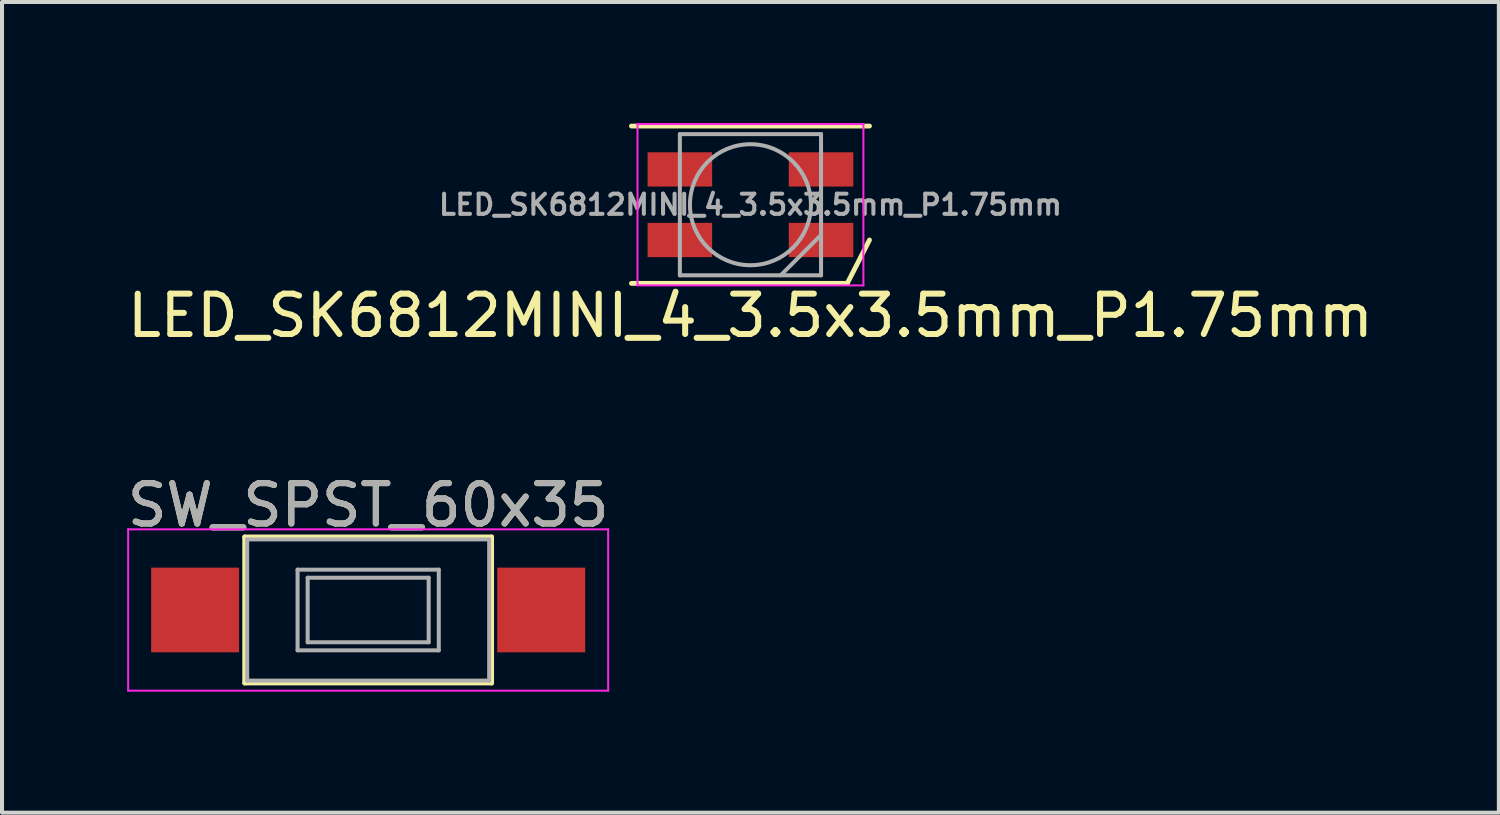
<source format=kicad_pcb>
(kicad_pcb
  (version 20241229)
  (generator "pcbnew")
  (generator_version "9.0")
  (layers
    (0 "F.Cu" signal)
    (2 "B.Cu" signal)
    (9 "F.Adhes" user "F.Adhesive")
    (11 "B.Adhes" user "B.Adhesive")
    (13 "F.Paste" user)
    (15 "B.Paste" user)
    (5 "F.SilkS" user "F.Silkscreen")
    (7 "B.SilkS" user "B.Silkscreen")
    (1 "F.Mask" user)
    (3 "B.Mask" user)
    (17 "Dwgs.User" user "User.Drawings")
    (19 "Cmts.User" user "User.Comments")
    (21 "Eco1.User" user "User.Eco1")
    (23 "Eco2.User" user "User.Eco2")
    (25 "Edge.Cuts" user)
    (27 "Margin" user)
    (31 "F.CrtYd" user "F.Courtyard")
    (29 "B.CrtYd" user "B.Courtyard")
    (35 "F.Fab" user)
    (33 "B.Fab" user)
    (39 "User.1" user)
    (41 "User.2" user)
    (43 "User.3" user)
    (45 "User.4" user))
  (footprint "LED_SK6812MINI_4_3.5x3.5mm_P1.75mm"
    (layer "F.Cu")
    (at 15.554 2.025)
    (property "Reference" "LED_SK6812MINI_4_3.5x3.5mm_P1.75mm" (at 0 2.75 180) (layer "F.SilkS") (effects (font (size 1 1) (thickness 0.15))))
    (attr smd)
    (fp_line (start -2.95 -1.95) (end 2.95 -1.95) (stroke (width 0.12) (type solid)) (layer "F.SilkS"))
    (fp_line (start -2.95 1.95) (end 2.4 1.95) (stroke (width 0.12) (type solid)) (layer "F.SilkS"))
    (fp_line (start 2.4 1.95) (end 2.95 0.875) (stroke (width 0.12) (type solid)) (layer "F.SilkS"))
    (fp_line (start -2.8 -2) (end -2.8 2) (stroke (width 0.05) (type solid)) (layer "F.CrtYd"))
    (fp_line (start -2.8 2) (end 2.8 2) (stroke (width 0.05) (type solid)) (layer "F.CrtYd"))
    (fp_line (start 2.8 -2) (end -2.8 -2) (stroke (width 0.05) (type solid)) (layer "F.CrtYd"))
    (fp_line (start 2.8 2) (end 2.8 -2) (stroke (width 0.05) (type solid)) (layer "F.CrtYd"))
    (fp_line (start -1.75 -1.75) (end -1.75 1.75) (stroke (width 0.1) (type solid)) (layer "F.Fab"))
    (fp_line (start -1.75 1.75) (end 1.75 1.75) (stroke (width 0.1) (type solid)) (layer "F.Fab"))
    (fp_line (start 1.75 -1.75) (end -1.75 -1.75) (stroke (width 0.1) (type solid)) (layer "F.Fab"))
    (fp_line (start 1.75 0.75) (end 0.75 1.75) (stroke (width 0.1) (type solid)) (layer "F.Fab"))
    (fp_line (start 1.75 1.75) (end 1.75 -1.75) (stroke (width 0.1) (type solid)) (layer "F.Fab"))
    (fp_circle (center 0 0) (end 0 -1.5) (stroke (width 0.1) (type solid)) (fill no) (layer "F.Fab"))
    (fp_text user "${REFERENCE}" (at 0 0 180) (layer "F.Fab") (effects (font (size 0.5 0.5) (thickness 0.1))))
    (pad "1" smd rect (at -1.75 -0.875) (size 1.6 0.85) (layers "F.Cu" "F.Mask" "F.Paste"))
    (pad "2" smd rect (at -1.75 0.875) (size 1.6 0.85) (layers "F.Cu" "F.Mask" "F.Paste"))
    (pad "3" smd rect (at 1.75 0.875) (size 1.6 0.85) (layers "F.Cu" "F.Mask" "F.Paste"))
    (pad "4" smd rect (at 1.75 -0.875) (size 1.6 0.85) (layers "F.Cu" "F.Mask" "F.Paste")))
  (footprint "SW_SPST_60x35"
    (layer "F.Cu")
    (at 6.077 12.072)
    (property "Reference" "SW_SPST_60x35" (at 0 -2.6 0) (layer "F.SilkS") (effects (font (size 1 1) (thickness 0.15))))
    (attr smd)
    (fp_line (start -3.06 -1.81) (end 3.06 -1.81) (stroke (width 0.12) (type solid)) (layer "F.SilkS"))
    (fp_line (start -3.06 1.81) (end -3.06 -1.81) (stroke (width 0.12) (type solid)) (layer "F.SilkS"))
    (fp_line (start 3.06 -1.81) (end 3.06 1.81) (stroke (width 0.12) (type solid)) (layer "F.SilkS"))
    (fp_line (start 3.06 1.81) (end -3.06 1.81) (stroke (width 0.12) (type solid)) (layer "F.SilkS"))
    (fp_line (start -5.95 -2) (end -5.95 2) (stroke (width 0.05) (type solid)) (layer "F.CrtYd"))
    (fp_line (start -5.95 -2) (end 5.95 -2) (stroke (width 0.05) (type solid)) (layer "F.CrtYd"))
    (fp_line (start -5.95 2) (end 5.95 2) (stroke (width 0.05) (type solid)) (layer "F.CrtYd"))
    (fp_line (start 5.95 -2) (end 5.95 2) (stroke (width 0.05) (type solid)) (layer "F.CrtYd"))
    (fp_line (start -3 -1.75) (end -3 1.75) (stroke (width 0.1) (type solid)) (layer "F.Fab"))
    (fp_line (start -3 -1.75) (end 3 -1.75) (stroke (width 0.1) (type solid)) (layer "F.Fab"))
    (fp_line (start -3 1.75) (end 3 1.75) (stroke (width 0.1) (type solid)) (layer "F.Fab"))
    (fp_line (start -1.75 -1) (end 1.75 -1) (stroke (width 0.1) (type solid)) (layer "F.Fab"))
    (fp_line (start -1.75 1) (end -1.75 -1) (stroke (width 0.1) (type solid)) (layer "F.Fab"))
    (fp_line (start -1.5 -0.8) (end -1.5 0.8) (stroke (width 0.1) (type solid)) (layer "F.Fab"))
    (fp_line (start -1.5 -0.8) (end 1.5 -0.8) (stroke (width 0.1) (type solid)) (layer "F.Fab"))
    (fp_line (start -1.5 0.8) (end 1.5 0.8) (stroke (width 0.1) (type solid)) (layer "F.Fab"))
    (fp_line (start 1.5 -0.8) (end 1.5 0.8) (stroke (width 0.1) (type solid)) (layer "F.Fab"))
    (fp_line (start 1.75 -1) (end 1.75 1) (stroke (width 0.1) (type solid)) (layer "F.Fab"))
    (fp_line (start 1.75 1) (end -1.75 1) (stroke (width 0.1) (type solid)) (layer "F.Fab"))
    (fp_line (start 3 -1.75) (end 3 1.75) (stroke (width 0.1) (type solid)) (layer "F.Fab"))
    (fp_text user "${REFERENCE}" (at 0 -2.6 0) (layer "F.Fab") (effects (font (size 1 1) (thickness 0.15))))
    (pad "1" smd rect (at -4.29 0) (size 2.18 2.1) (layers "F.Cu" "F.Mask" "F.Paste"))
    (pad "2" smd rect (at 4.29 0) (size 2.18 2.1) (layers "F.Cu" "F.Mask" "F.Paste")))
  (gr_rect
    (start -3 -3)
    (end 34.107 17.096)
    (stroke (width 0.1) (type default))
    (fill no)
    (layer "Edge.Cuts")))
</source>
